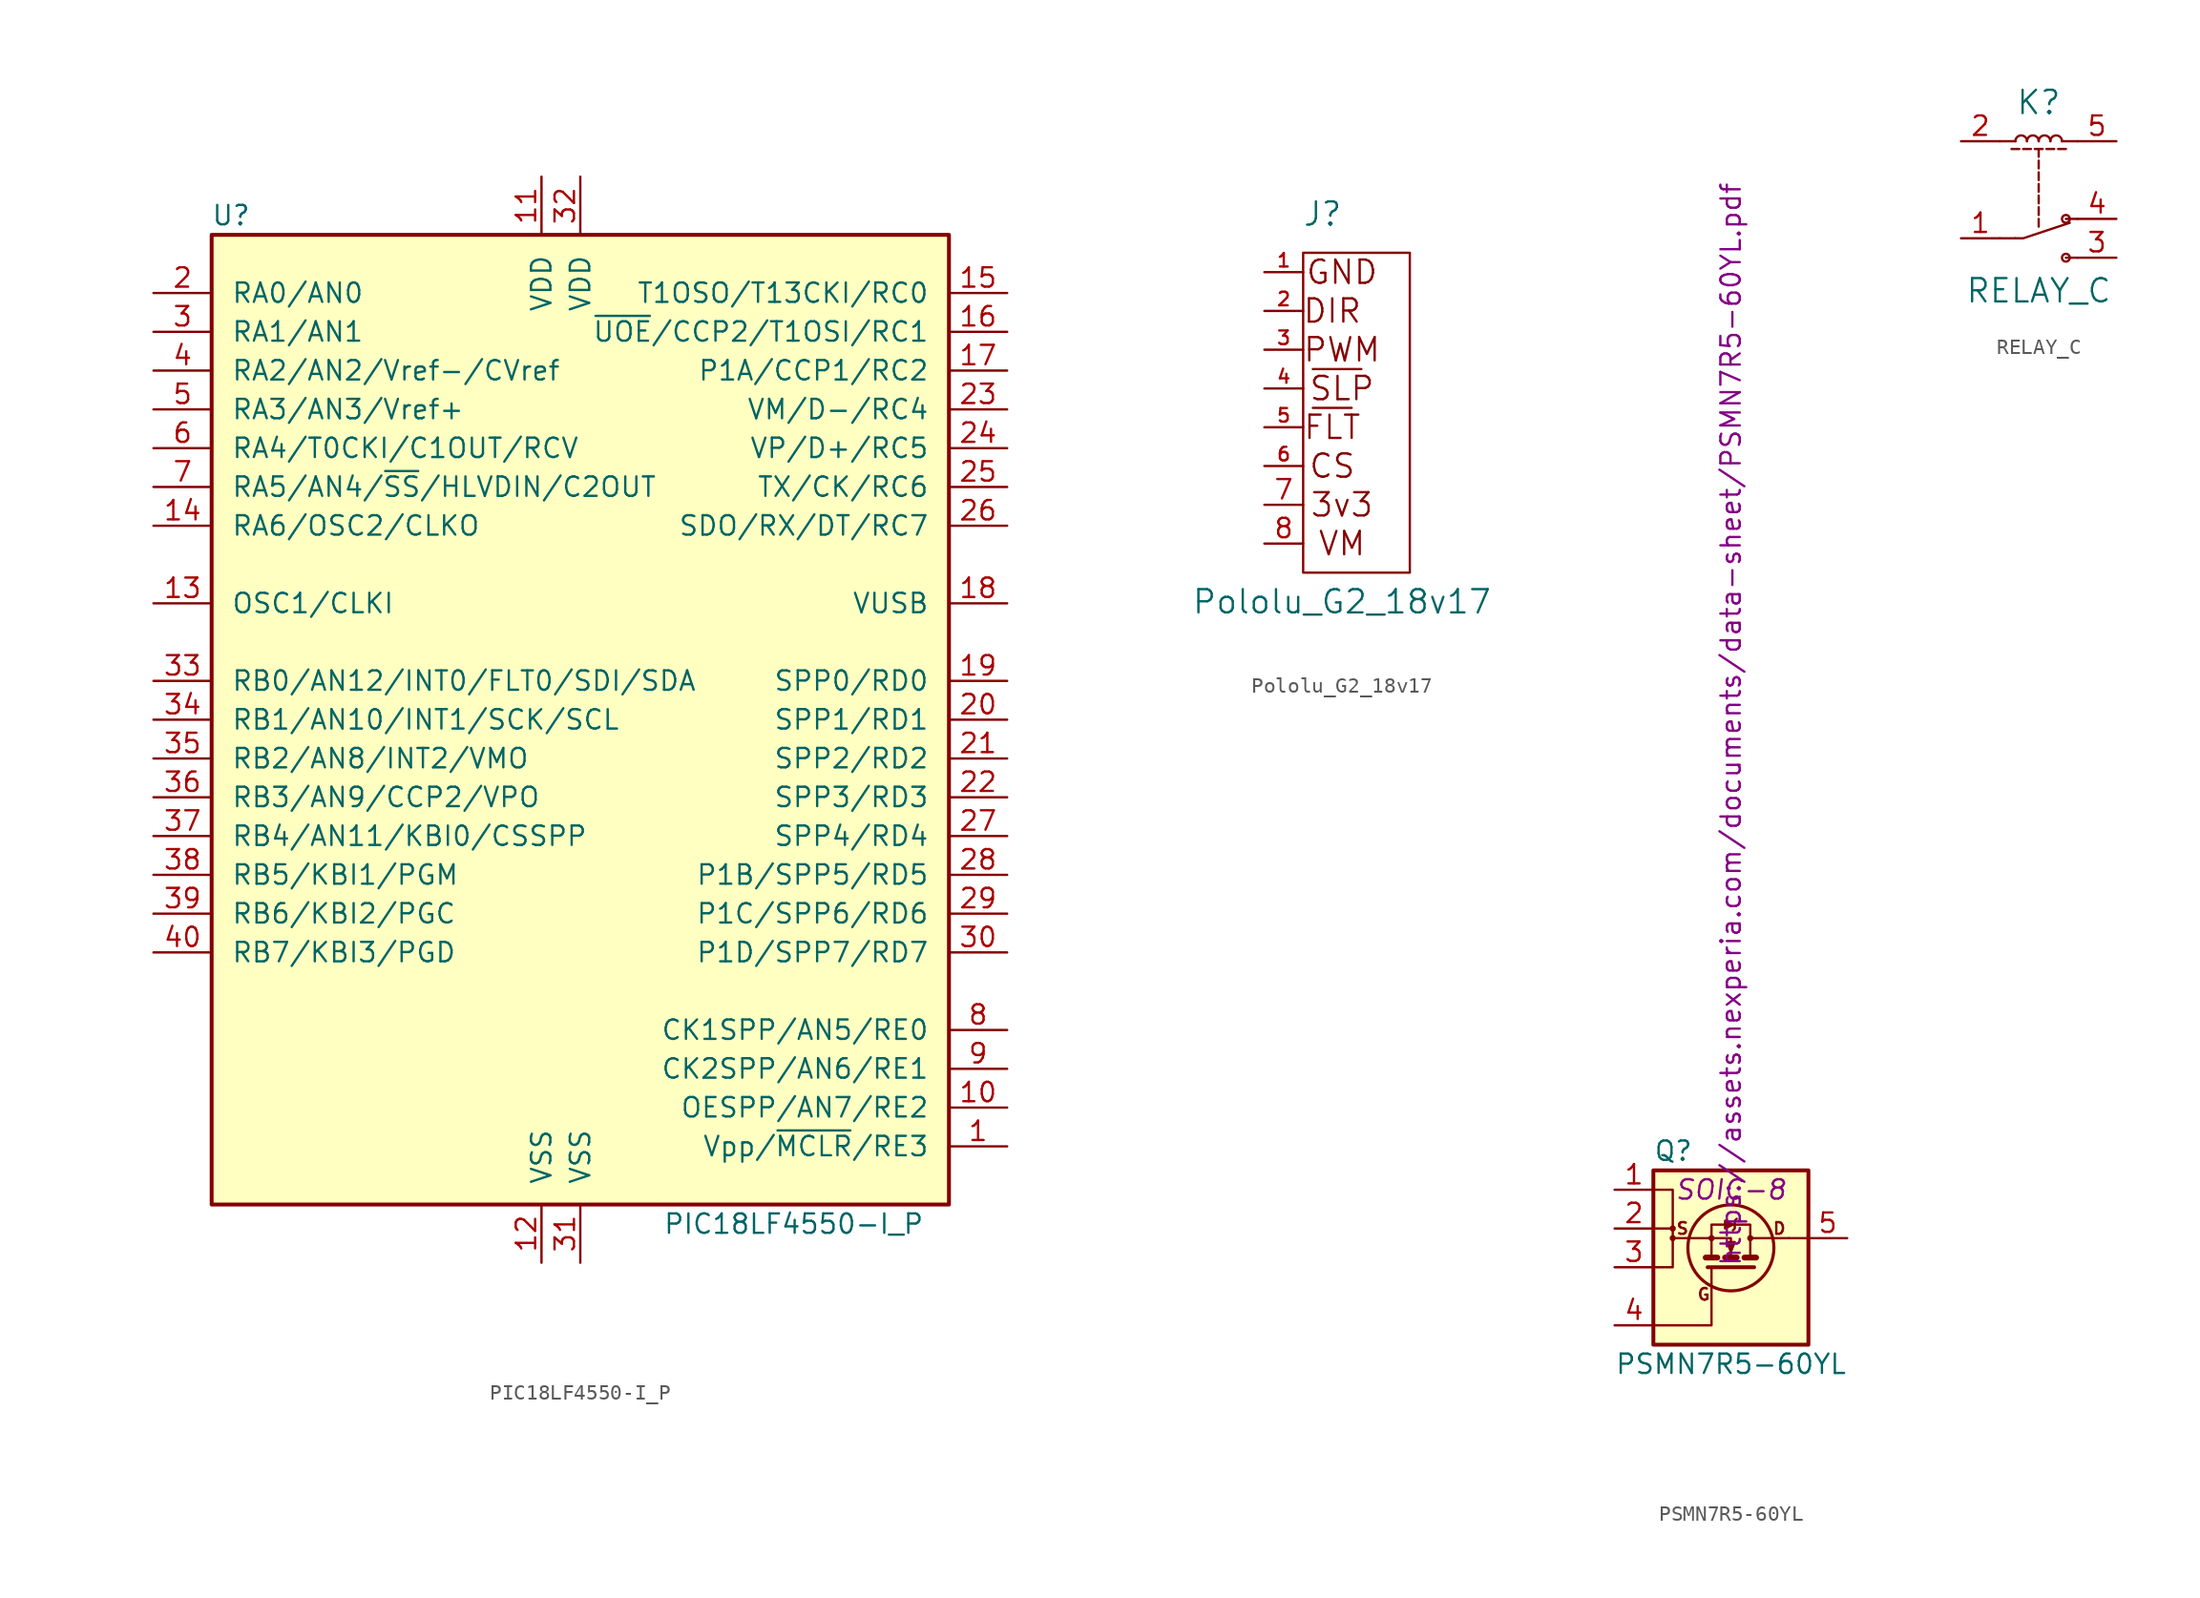
<source format=kicad_sym>
(kicad_symbol_lib
  (version 20211014)
  (generator kicad_symbol_editor)
  (symbol "PIC18LF4550-I_P"
    (pin_names
      (offset 1.27))
    (property "Reference" "U"
      (at -22.86 33.02 0)
      (effects (font (size 1.27 1.27))))
    (property "Value" "PIC18LF4550-I_P"
      (at 13.97 -33.02 0)
      (effects (font (size 1.27 1.27))))
    (symbol "PIC18LF4550-I_P_0_1"
      (rectangle (start -24.13 31.75) (end 24.13 -31.75) (stroke (width 0.254) (type default) (color 0 0 0 0)) (fill (type background))))
    (symbol "PIC18LF4550-I_P_1_1"
      (pin input line (at 27.94 -27.94 180) (length 3.81) (name "Vpp/~{MCLR}/RE3" (effects (font (size 1.27 1.27)))) (number "1" (effects (font (size 1.27 1.27)))))
      (pin bidirectional line (at 27.94 -25.4 180) (length 3.81) (name "OESPP/AN7/RE2" (effects (font (size 1.27 1.27)))) (number "10" (effects (font (size 1.27 1.27)))))
      (pin power_in line (at -2.54 35.56 270) (length 3.81) (name "VDD" (effects (font (size 1.27 1.27)))) (number "11" (effects (font (size 1.27 1.27)))))
      (pin power_in line (at -2.54 -35.56 90) (length 3.81) (name "VSS" (effects (font (size 1.27 1.27)))) (number "12" (effects (font (size 1.27 1.27)))))
      (pin input line (at -27.94 7.62 0) (length 3.81) (name "OSC1/CLKI" (effects (font (size 1.27 1.27)))) (number "13" (effects (font (size 1.27 1.27)))))
      (pin output line (at -27.94 12.7 0) (length 3.81) (name "RA6/OSC2/CLKO" (effects (font (size 1.27 1.27)))) (number "14" (effects (font (size 1.27 1.27)))))
      (pin bidirectional line (at 27.94 27.94 180) (length 3.81) (name "T1OSO/T13CKI/RC0" (effects (font (size 1.27 1.27)))) (number "15" (effects (font (size 1.27 1.27)))))
      (pin bidirectional line (at 27.94 25.4 180) (length 3.81) (name "~{UOE}/CCP2/T1OSI/RC1" (effects (font (size 1.27 1.27)))) (number "16" (effects (font (size 1.27 1.27)))))
      (pin bidirectional line (at 27.94 22.86 180) (length 3.81) (name "P1A/CCP1/RC2" (effects (font (size 1.27 1.27)))) (number "17" (effects (font (size 1.27 1.27)))))
      (pin bidirectional line (at 27.94 7.62 180) (length 3.81) (name "VUSB" (effects (font (size 1.27 1.27)))) (number "18" (effects (font (size 1.27 1.27)))))
      (pin bidirectional line (at 27.94 2.54 180) (length 3.81) (name "SPP0/RD0" (effects (font (size 1.27 1.27)))) (number "19" (effects (font (size 1.27 1.27)))))
      (pin bidirectional line (at -27.94 27.94 0) (length 3.81) (name "RA0/AN0" (effects (font (size 1.27 1.27)))) (number "2" (effects (font (size 1.27 1.27)))))
      (pin bidirectional line (at 27.94 0 180) (length 3.81) (name "SPP1/RD1" (effects (font (size 1.27 1.27)))) (number "20" (effects (font (size 1.27 1.27)))))
      (pin bidirectional line (at 27.94 -2.54 180) (length 3.81) (name "SPP2/RD2" (effects (font (size 1.27 1.27)))) (number "21" (effects (font (size 1.27 1.27)))))
      (pin bidirectional line (at 27.94 -5.08 180) (length 3.81) (name "SPP3/RD3" (effects (font (size 1.27 1.27)))) (number "22" (effects (font (size 1.27 1.27)))))
      (pin bidirectional line (at 27.94 20.32 180) (length 3.81) (name "VM/D-/RC4" (effects (font (size 1.27 1.27)))) (number "23" (effects (font (size 1.27 1.27)))))
      (pin bidirectional line (at 27.94 17.78 180) (length 3.81) (name "VP/D+/RC5" (effects (font (size 1.27 1.27)))) (number "24" (effects (font (size 1.27 1.27)))))
      (pin bidirectional line (at 27.94 15.24 180) (length 3.81) (name "TX/CK/RC6" (effects (font (size 1.27 1.27)))) (number "25" (effects (font (size 1.27 1.27)))))
      (pin bidirectional line (at 27.94 12.7 180) (length 3.81) (name "SDO/RX/DT/RC7" (effects (font (size 1.27 1.27)))) (number "26" (effects (font (size 1.27 1.27)))))
      (pin bidirectional line (at 27.94 -7.62 180) (length 3.81) (name "SPP4/RD4" (effects (font (size 1.27 1.27)))) (number "27" (effects (font (size 1.27 1.27)))))
      (pin bidirectional line (at 27.94 -10.16 180) (length 3.81) (name "P1B/SPP5/RD5" (effects (font (size 1.27 1.27)))) (number "28" (effects (font (size 1.27 1.27)))))
      (pin bidirectional line (at 27.94 -12.7 180) (length 3.81) (name "P1C/SPP6/RD6" (effects (font (size 1.27 1.27)))) (number "29" (effects (font (size 1.27 1.27)))))
      (pin bidirectional line (at -27.94 25.4 0) (length 3.81) (name "RA1/AN1" (effects (font (size 1.27 1.27)))) (number "3" (effects (font (size 1.27 1.27)))))
      (pin bidirectional line (at 27.94 -15.24 180) (length 3.81) (name "P1D/SPP7/RD7" (effects (font (size 1.27 1.27)))) (number "30" (effects (font (size 1.27 1.27)))))
      (pin power_in line (at 0 -35.56 90) (length 3.81) (name "VSS" (effects (font (size 1.27 1.27)))) (number "31" (effects (font (size 1.27 1.27)))))
      (pin power_in line (at 0 35.56 270) (length 3.81) (name "VDD" (effects (font (size 1.27 1.27)))) (number "32" (effects (font (size 1.27 1.27)))))
      (pin bidirectional line (at -27.94 2.54 0) (length 3.81) (name "RB0/AN12/INT0/FLT0/SDI/SDA" (effects (font (size 1.27 1.27)))) (number "33" (effects (font (size 1.27 1.27)))))
      (pin bidirectional line (at -27.94 0 0) (length 3.81) (name "RB1/AN10/INT1/SCK/SCL" (effects (font (size 1.27 1.27)))) (number "34" (effects (font (size 1.27 1.27)))))
      (pin bidirectional line (at -27.94 -2.54 0) (length 3.81) (name "RB2/AN8/INT2/VMO" (effects (font (size 1.27 1.27)))) (number "35" (effects (font (size 1.27 1.27)))))
      (pin bidirectional line (at -27.94 -5.08 0) (length 3.81) (name "RB3/AN9/CCP2/VPO" (effects (font (size 1.27 1.27)))) (number "36" (effects (font (size 1.27 1.27)))))
      (pin bidirectional line (at -27.94 -7.62 0) (length 3.81) (name "RB4/AN11/KBI0/CSSPP" (effects (font (size 1.27 1.27)))) (number "37" (effects (font (size 1.27 1.27)))))
      (pin bidirectional line (at -27.94 -10.16 0) (length 3.81) (name "RB5/KBI1/PGM" (effects (font (size 1.27 1.27)))) (number "38" (effects (font (size 1.27 1.27)))))
      (pin bidirectional line (at -27.94 -12.7 0) (length 3.81) (name "RB6/KBI2/PGC" (effects (font (size 1.27 1.27)))) (number "39" (effects (font (size 1.27 1.27)))))
      (pin bidirectional line (at -27.94 22.86 0) (length 3.81) (name "RA2/AN2/Vref-/CVref" (effects (font (size 1.27 1.27)))) (number "4" (effects (font (size 1.27 1.27)))))
      (pin bidirectional line (at -27.94 -15.24 0) (length 3.81) (name "RB7/KBI3/PGD" (effects (font (size 1.27 1.27)))) (number "40" (effects (font (size 1.27 1.27)))))
      (pin bidirectional line (at -27.94 20.32 0) (length 3.81) (name "RA3/AN3/Vref+" (effects (font (size 1.27 1.27)))) (number "5" (effects (font (size 1.27 1.27)))))
      (pin bidirectional line (at -27.94 17.78 0) (length 3.81) (name "RA4/T0CKI/C1OUT/RCV" (effects (font (size 1.27 1.27)))) (number "6" (effects (font (size 1.27 1.27)))))
      (pin bidirectional line (at -27.94 15.24 0) (length 3.81) (name "RA5/AN4/~{SS}/HLVDIN/C2OUT" (effects (font (size 1.27 1.27)))) (number "7" (effects (font (size 1.27 1.27)))))
      (pin bidirectional line (at 27.94 -20.32 180) (length 3.81) (name "CK1SPP/AN5/RE0" (effects (font (size 1.27 1.27)))) (number "8" (effects (font (size 1.27 1.27)))))
      (pin bidirectional line (at 27.94 -22.86 180) (length 3.81) (name "CK2SPP/AN6/RE1" (effects (font (size 1.27 1.27)))) (number "9" (effects (font (size 1.27 1.27)))))))
  (symbol "Pololu_G2_18v17"
    (pin_names
      (offset 0))
    (property "Reference" "J"
      (at 1.27 10.16 0)
      (effects (font (size 1.524 1.524))))
    (property "Value" "Pololu_G2_18v17"
      (at 2.54 -15.24 0)
      (effects (font (size 1.524 1.524))))
    (property "Datasheet" ""
      (at 0 16.51 0)
      (effects (font (size 1.524 1.524))))
    (symbol "Pololu_G2_18v17_0_0"
      (text "3v3" (at 2.54 -8.89 0) (effects (font (size 1.524 1.524))))
      (text "CS" (at 1.905 -6.35 0) (effects (font (size 1.524 1.524))))
      (text "DIR" (at 1.905 3.81 0) (effects (font (size 1.524 1.524))))
      (text "FLT" (at 1.905 -3.81 0) (effects (font (size 1.524 1.524))))
      (text "GND" (at 2.54 6.35 0) (effects (font (size 1.524 1.524))))
      (text "PWM" (at 2.54 1.27 0) (effects (font (size 1.524 1.524))))
      (text "SLP" (at 2.54 -1.27 0) (effects (font (size 1.524 1.524))))
      (text "VM" (at 2.54 -11.43 0) (effects (font (size 1.524 1.524)))))
    (symbol "Pololu_G2_18v17_0_1"
      (rectangle (start 0 7.62) (end 6.985 -13.335) (stroke (width 0) (type default) (color 0 0 0 0)) (fill (type none)))
      (rectangle (start 0.635 -2.54) (end 3.175 -2.54) (stroke (width 0) (type default) (color 0 0 0 0)) (fill (type none)))
      (rectangle (start 0.635 0) (end 3.81 0) (stroke (width 0) (type default) (color 0 0 0 0)) (fill (type none))))
    (symbol "Pololu_G2_18v17_1_1"
      (pin passive line (at -2.54 6.35 0) (length 2.54) (name "~" (effects (font (size 1.27 1.27)))) (number "1" (effects (font (size 0.889 0.889)))))
      (pin passive line (at -2.54 3.81 0) (length 2.54) (name "~" (effects (font (size 1.27 1.27)))) (number "2" (effects (font (size 0.889 0.889)))))
      (pin passive line (at -2.54 1.27 0) (length 2.54) (name "~" (effects (font (size 1.27 1.27)))) (number "3" (effects (font (size 0.889 0.889)))))
      (pin passive line (at -2.54 -1.27 0) (length 2.54) (name "~" (effects (font (size 1.27 1.27)))) (number "4" (effects (font (size 0.889 0.889)))))
      (pin input line (at -2.54 -3.81 0) (length 2.54) (name "~" (effects (font (size 1.27 1.27)))) (number "5" (effects (font (size 0.889 0.889)))))
      (pin input line (at -2.54 -6.35 0) (length 2.54) (name "~" (effects (font (size 1.27 1.27)))) (number "6" (effects (font (size 0.889 0.889)))))
      (pin input line (at -2.54 -8.89 0) (length 2.54) (name "~" (effects (font (size 1.27 1.27)))) (number "7" (effects (font (size 1.27 1.27)))))
      (pin input line (at -2.54 -11.43 0) (length 2.54) (name "~" (effects (font (size 1.27 1.27)))) (number "8" (effects (font (size 1.27 1.27)))))))
  (symbol "PSMN7R5-60YL"
    (pin_names
      (offset 0) hide)
    (property "Reference" "Q"
      (at -5.08 7.62 0)
      (effects (font (size 1.27 1.27)) (justify left)))
    (property "Value" "PSMN7R5-60YL"
      (at -7.62 -6.35 0)
      (effects (font (size 1.27 1.27)) (justify left)))
    (property "Footprint" "SOIC-8"
      (at 0 5.08 0)
      (effects (font (size 1.27 1.27) italic)))
    (property "Datasheet" "https://assets.nexperia.com/documents/data-sheet/PSMN7R5-60YL.pdf"
      (at 0 0 90)
      (effects (font (size 1.27 1.27)) (justify left)))
    (symbol "PSMN7R5-60YL_0_0"
      (circle (center -3.81 1.905) (radius 0.127) (stroke (width 0) (type default) (color 0 0 0 0)) (fill (type none)))
      (circle (center -1.27 1.905) (radius 0.127) (stroke (width 0) (type default) (color 0 0 0 0)) (fill (type none)))
      (polyline (pts (xy -5.08 2.54) (xy -3.81 2.54)) (stroke (width 0) (type default) (color 0 0 0 0)) (fill (type none)))
      (polyline (pts (xy -1.27 1.905) (xy -3.81 1.905)) (stroke (width 0) (type default) (color 0 0 0 0)) (fill (type none)))
      (polyline (pts (xy -1.27 0.635) (xy -1.27 2.794) (xy 1.27 2.794) (xy 1.27 0.635)) (stroke (width 0) (type default) (color 0 0 0 0)) (fill (type none)))
      (polyline (pts (xy 0.127 2.794) (xy -0.381 3.048) (xy -0.381 2.54) (xy 0.127 2.794)) (stroke (width 0) (type default) (color 0 0 0 0)) (fill (type outline)))
      (polyline (pts (xy 0.381 3.175) (xy 0.254 3.048) (xy 0.254 2.54) (xy 0.127 2.413)) (stroke (width 0) (type default) (color 0 0 0 0)) (fill (type none)))
      (circle (center 1.27 1.905) (radius 0.127) (stroke (width 0) (type default) (color 0 0 0 0)) (fill (type none)))
      (text "D" (at 3.175 2.54 0) (effects (font (size 0.762 0.762))))
      (text "G" (at -1.778 -1.778 0) (effects (font (size 0.762 0.762))))
      (text "S" (at -3.175 2.54 0) (effects (font (size 0.762 0.762)))))
    (symbol "PSMN7R5-60YL_0_1"
      (rectangle (start -5.08 6.35) (end 5.08 -5.08) (stroke (width 0.254) (type default) (color 0 0 0 0)) (fill (type background)))
      (circle (center -3.81 2.54) (radius 0.127) (stroke (width 0) (type default) (color 0 0 0 0)) (fill (type none)))
      (polyline (pts (xy -1.651 0.635) (xy -0.889 0.635)) (stroke (width 0.381) (type default) (color 0 0 0 0)) (fill (type none)))
      (polyline (pts (xy -0.381 0.635) (xy 0.381 0.635)) (stroke (width 0.381) (type default) (color 0 0 0 0)) (fill (type none)))
      (polyline (pts (xy 0.889 0.635) (xy 1.651 0.635)) (stroke (width 0.381) (type default) (color 0 0 0 0)) (fill (type none)))
      (polyline (pts (xy 1.27 1.905) (xy 3.81 1.905)) (stroke (width 0) (type default) (color 0 0 0 0)) (fill (type none)))
      (polyline (pts (xy 3.81 1.905) (xy 5.08 1.905)) (stroke (width 0) (type default) (color 0 0 0 0)) (fill (type none)))
      (polyline (pts (xy -1.524 0) (xy 1.524 0) (xy 1.524 0)) (stroke (width 0.254) (type default) (color 0 0 0 0)) (fill (type none)))
      (polyline (pts (xy -1.27 0) (xy -1.27 -3.81) (xy -5.08 -3.81)) (stroke (width 0) (type default) (color 0 0 0 0)) (fill (type none)))
      (polyline (pts (xy 0 0.635) (xy 0 1.905) (xy -1.27 1.905)) (stroke (width 0) (type default) (color 0 0 0 0)) (fill (type none)))
      (polyline (pts (xy -5.08 0) (xy -3.81 0) (xy -3.81 5.08) (xy -5.08 5.08)) (stroke (width 0) (type default) (color 0 0 0 0)) (fill (type none)))
      (polyline (pts (xy -0.254 1.651) (xy 0.254 1.651) (xy 0 1.016) (xy -0.254 1.651)) (stroke (width 0) (type default) (color 0 0 0 0)) (fill (type outline)))
      (circle (center 0 1.27) (radius 2.819) (stroke (width 0.203) (type default) (color 0 0 0 0)) (fill (type none))))
    (symbol "PSMN7R5-60YL_1_1"
      (pin passive line (at -7.62 5.08 0) (length 2.54) (name "S" (effects (font (size 1.27 1.27)))) (number "1" (effects (font (size 1.27 1.27)))))
      (pin passive line (at -7.62 2.54 0) (length 2.54) (name "S" (effects (font (size 1.27 1.27)))) (number "2" (effects (font (size 1.27 1.27)))))
      (pin passive line (at -7.62 0 0) (length 2.54) (name "S" (effects (font (size 1.27 1.27)))) (number "3" (effects (font (size 1.27 1.27)))))
      (pin passive line (at -7.62 -3.81 0) (length 2.54) (name "G" (effects (font (size 1.27 1.27)))) (number "4" (effects (font (size 1.27 1.27)))))
      (pin passive line (at 7.62 1.905 180) (length 2.54) (name "D" (effects (font (size 1.27 1.27)))) (number "5" (effects (font (size 1.27 1.27)))))))
  (symbol "RELAY_C"
    (pin_names
      (offset 1.016))
    (property "Reference" "K"
      (at 0 6.35 0)
      (effects (font (size 1.524 1.524))))
    (property "Value" "RELAY_C"
      (at 0 -5.969 0)
      (effects (font (size 1.524 1.524))))
    (property "Footprint" ""
      (at 0 0 0)
      (effects (font (size 1.524 1.524))))
    (property "Datasheet" ""
      (at 0 0 0)
      (effects (font (size 1.524 1.524))))
    (symbol "RELAY_C_0_1"
      (arc (start -0.762 3.81) (mid -1.143 4.191) (end -1.524 3.81) (stroke (width 0) (type default) (color 0 0 0 0)) (fill (type none)))
      (polyline (pts (xy -1.778 3.302) (xy -1.27 3.302) (xy -1.27 3.302)) (stroke (width 0) (type default) (color 0 0 0 0)) (fill (type none)))
      (polyline (pts (xy -1.524 -2.54) (xy -2.54 -2.54) (xy -2.54 -2.54)) (stroke (width 0) (type default) (color 0 0 0 0)) (fill (type none)))
      (polyline (pts (xy -1.524 3.81) (xy -2.54 3.81) (xy -2.54 3.81)) (stroke (width 0) (type default) (color 0 0 0 0)) (fill (type none)))
      (polyline (pts (xy -1.016 3.302) (xy -0.508 3.302) (xy -0.508 3.302)) (stroke (width 0) (type default) (color 0 0 0 0)) (fill (type none)))
      (polyline (pts (xy -0.254 3.302) (xy 0.254 3.302) (xy 0.254 3.302)) (stroke (width 0) (type default) (color 0 0 0 0)) (fill (type none)))
      (polyline (pts (xy 0 -1.27) (xy 0 -1.778) (xy 0 -1.778)) (stroke (width 0) (type default) (color 0 0 0 0)) (fill (type none)))
      (polyline (pts (xy 0 -0.508) (xy 0 -1.016) (xy 0 -1.016)) (stroke (width 0) (type default) (color 0 0 0 0)) (fill (type none)))
      (polyline (pts (xy 0 0.254) (xy 0 -0.254) (xy 0 -0.254)) (stroke (width 0) (type default) (color 0 0 0 0)) (fill (type none)))
      (polyline (pts (xy 0 1.016) (xy 0 0.508) (xy 0 0.508)) (stroke (width 0) (type default) (color 0 0 0 0)) (fill (type none)))
      (polyline (pts (xy 0 1.778) (xy 0 1.27) (xy 0 1.27)) (stroke (width 0) (type default) (color 0 0 0 0)) (fill (type none)))
      (polyline (pts (xy 0 2.54) (xy 0 2.032) (xy 0 2.032)) (stroke (width 0) (type default) (color 0 0 0 0)) (fill (type none)))
      (polyline (pts (xy 0 3.302) (xy 0 2.794) (xy 0 2.794)) (stroke (width 0) (type default) (color 0 0 0 0)) (fill (type none)))
      (polyline (pts (xy 0.508 3.302) (xy 1.016 3.302) (xy 1.016 3.302)) (stroke (width 0) (type default) (color 0 0 0 0)) (fill (type none)))
      (polyline (pts (xy 1.27 3.302) (xy 1.778 3.302) (xy 1.778 3.302)) (stroke (width 0) (type default) (color 0 0 0 0)) (fill (type none)))
      (polyline (pts (xy 1.524 3.81) (xy 2.54 3.81) (xy 2.54 3.81)) (stroke (width 0) (type default) (color 0 0 0 0)) (fill (type none)))
      (polyline (pts (xy 2.54 -3.81) (xy 1.778 -3.81) (xy 1.778 -3.81)) (stroke (width 0) (type default) (color 0 0 0 0)) (fill (type none)))
      (polyline (pts (xy 2.54 -1.27) (xy 1.778 -1.27) (xy 1.778 -1.27)) (stroke (width 0) (type default) (color 0 0 0 0)) (fill (type none)))
      (polyline (pts (xy -1.524 -2.54) (xy -1.016 -2.54) (xy 2.032 -1.524) (xy 2.032 -1.524)) (stroke (width 0) (type default) (color 0 0 0 0)) (fill (type none)))
      (arc (start 0 3.81) (mid -0.381 4.191) (end -0.762 3.81) (stroke (width 0) (type default) (color 0 0 0 0)) (fill (type none)))
      (arc (start 0.762 3.81) (mid 0.381 4.191) (end 0 3.81) (stroke (width 0) (type default) (color 0 0 0 0)) (fill (type none)))
      (arc (start 1.524 3.81) (mid 1.143 4.191) (end 0.762 3.81) (stroke (width 0) (type default) (color 0 0 0 0)) (fill (type none)))
      (circle (center 1.778 -3.81) (radius 0.254) (stroke (width 0) (type default) (color 0 0 0 0)) (fill (type none)))
      (circle (center 1.778 -1.27) (radius 0.254) (stroke (width 0) (type default) (color 0 0 0 0)) (fill (type none))))
    (symbol "RELAY_C_1_1"
      (pin passive line (at -5.08 -2.54 0) (length 2.54) (name "~" (effects (font (size 1.27 1.27)))) (number "1" (effects (font (size 1.27 1.27)))))
      (pin passive line (at -5.08 3.81 0) (length 2.54) (name "~" (effects (font (size 1.27 1.27)))) (number "2" (effects (font (size 1.27 1.27)))))
      (pin passive line (at 5.08 -3.81 180) (length 2.54) (name "~" (effects (font (size 1.27 1.27)))) (number "3" (effects (font (size 1.27 1.27)))))
      (pin passive line (at 5.08 -1.27 180) (length 2.54) (name "~" (effects (font (size 1.27 1.27)))) (number "4" (effects (font (size 1.27 1.27)))))
      (pin passive line (at 5.08 3.81 180) (length 2.54) (name "~" (effects (font (size 1.27 1.27)))) (number "5" (effects (font (size 1.27 1.27))))))))
</source>
